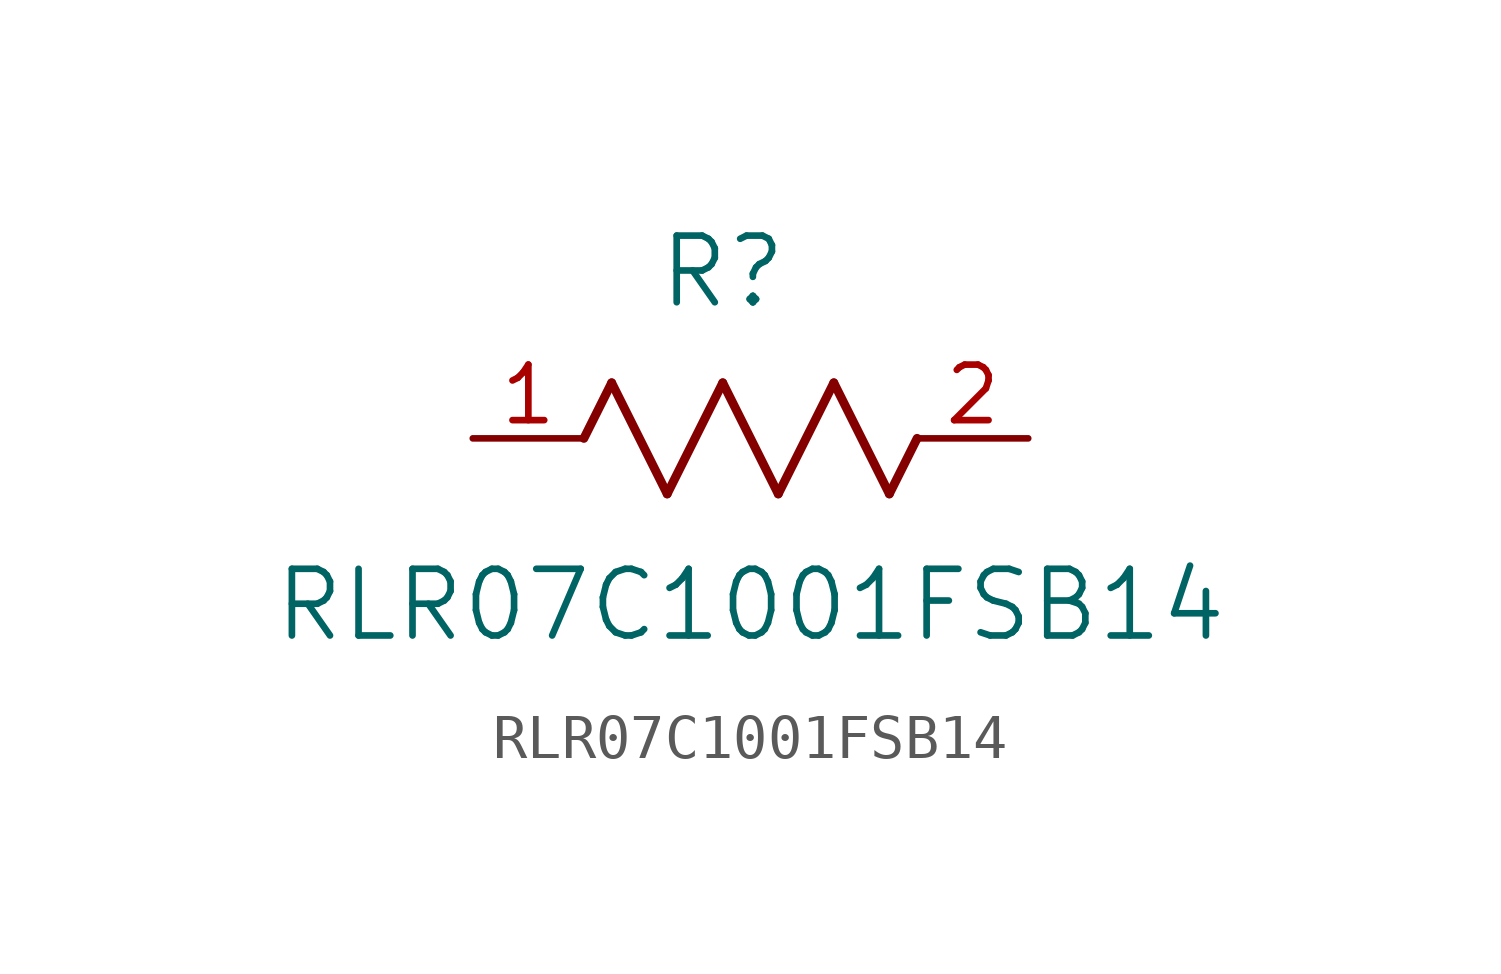
<source format=kicad_sym>
(kicad_symbol_lib
  (version 20211014)
  (generator kicad_symbol_editor)
  (symbol "RLR07C1001FSB14"
    (pin_names
      (offset 0.254))
    (property "Reference" "R"
      (at 5.715 3.81 0)
      (effects (font (size 1.524 1.524))))
    (property "Value" "RLR07C1001FSB14"
      (at 6.35 -3.81 0)
      (effects (font (size 1.524 1.524))))
    (symbol "RLR07C1001FSB14_0_1"
      (polyline (pts (xy 3.175 1.27) (xy 4.445 -1.27)) (stroke (width 0.203) (type default) (color 0 0 0 0)) (fill (type none)))
      (polyline (pts (xy 4.445 -1.27) (xy 5.715 1.27)) (stroke (width 0.203) (type default) (color 0 0 0 0)) (fill (type none)))
      (polyline (pts (xy 5.715 1.27) (xy 6.985 -1.27)) (stroke (width 0.203) (type default) (color 0 0 0 0)) (fill (type none)))
      (polyline (pts (xy 6.985 -1.27) (xy 8.255 1.27)) (stroke (width 0.203) (type default) (color 0 0 0 0)) (fill (type none)))
      (polyline (pts (xy 8.255 1.27) (xy 9.525 -1.27)) (stroke (width 0.203) (type default) (color 0 0 0 0)) (fill (type none)))
      (polyline (pts (xy 2.54 0) (xy 3.175 1.27)) (stroke (width 0.203) (type default) (color 0 0 0 0)) (fill (type none)))
      (polyline (pts (xy 9.525 -1.27) (xy 10.16 0)) (stroke (width 0.203) (type default) (color 0 0 0 0)) (fill (type none)))
      (pin unspecified line (at 0 0 0) (length 2.54) (name "" (effects (font (size 1.27 1.27)))) (number "1" (effects (font (size 1.27 1.27)))))
      (pin unspecified line (at 12.7 0 180) (length 2.54) (name "" (effects (font (size 1.27 1.27)))) (number "2" (effects (font (size 1.27 1.27))))))))
</source>
